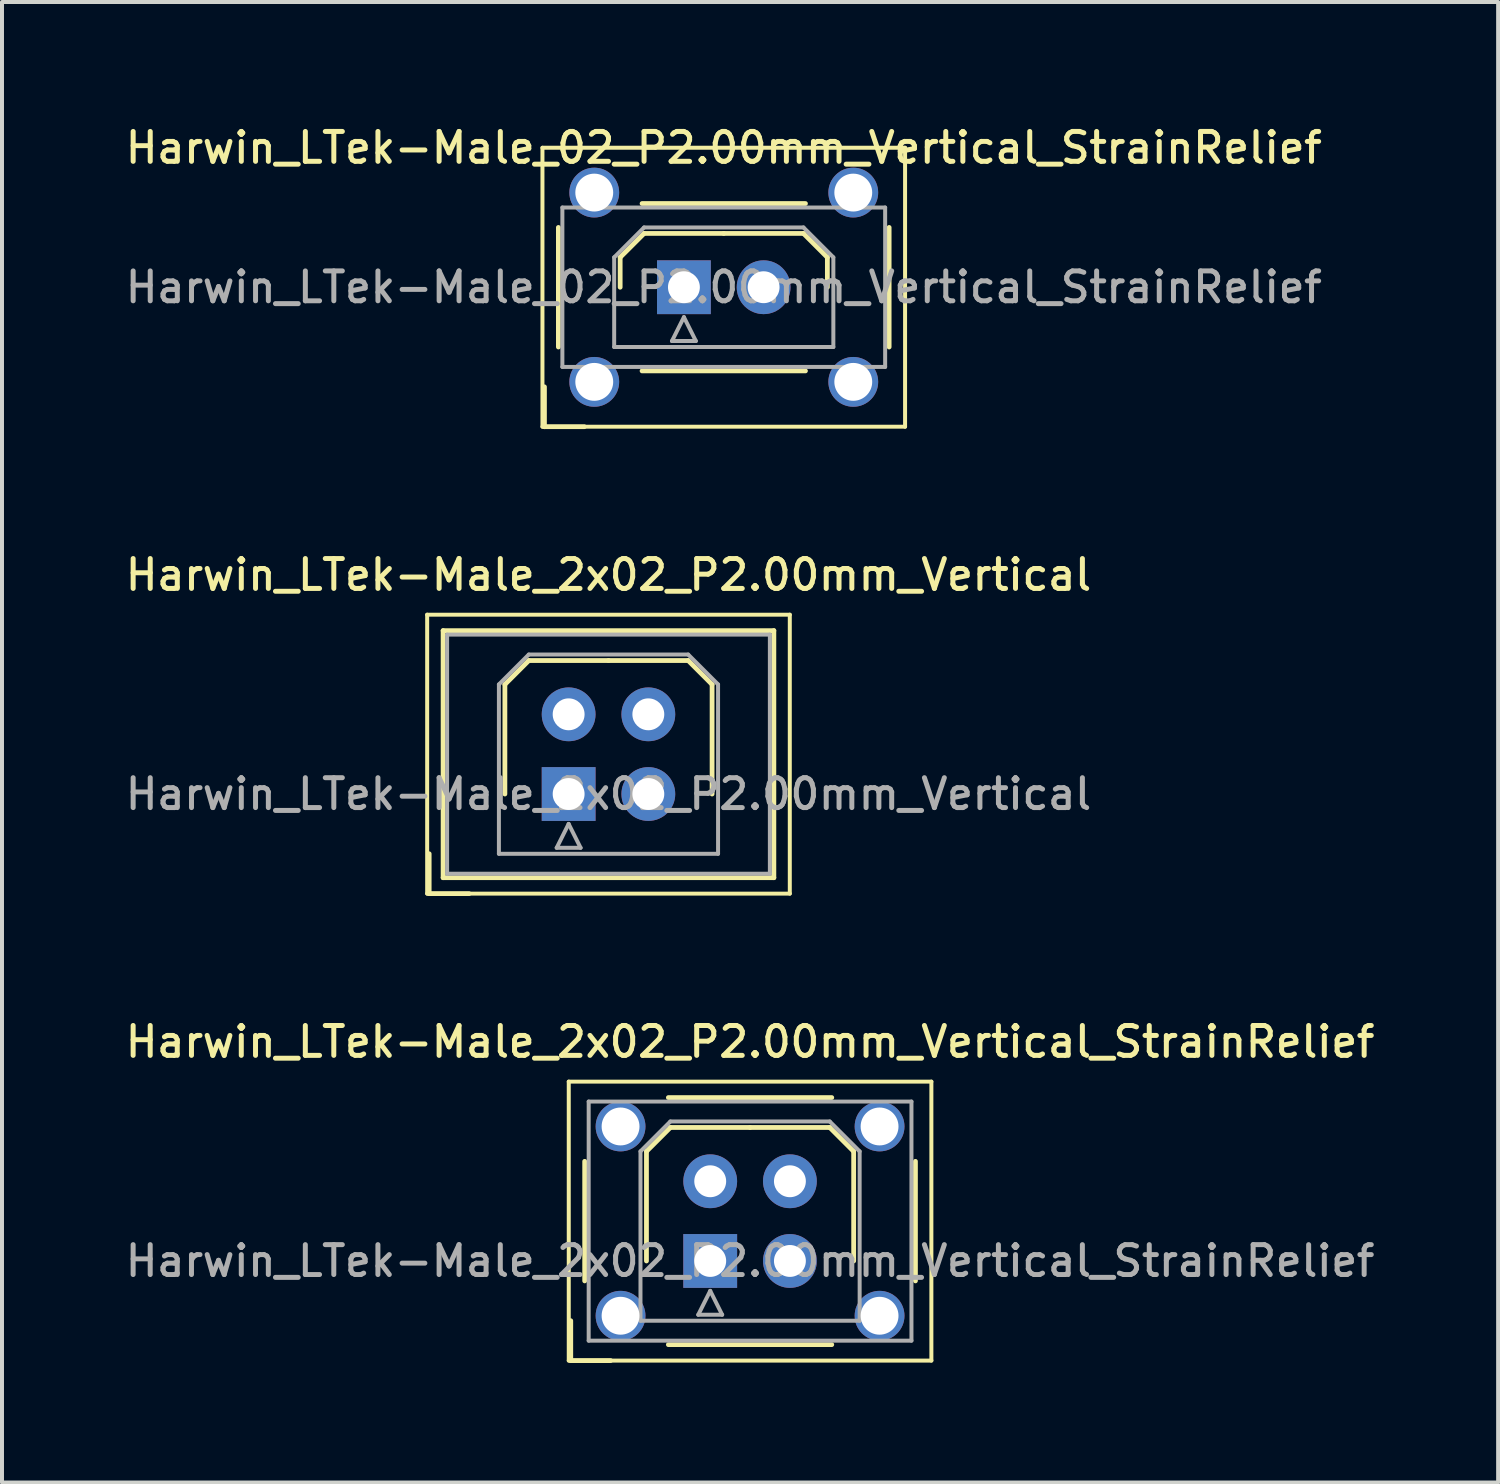
<source format=kicad_pcb>
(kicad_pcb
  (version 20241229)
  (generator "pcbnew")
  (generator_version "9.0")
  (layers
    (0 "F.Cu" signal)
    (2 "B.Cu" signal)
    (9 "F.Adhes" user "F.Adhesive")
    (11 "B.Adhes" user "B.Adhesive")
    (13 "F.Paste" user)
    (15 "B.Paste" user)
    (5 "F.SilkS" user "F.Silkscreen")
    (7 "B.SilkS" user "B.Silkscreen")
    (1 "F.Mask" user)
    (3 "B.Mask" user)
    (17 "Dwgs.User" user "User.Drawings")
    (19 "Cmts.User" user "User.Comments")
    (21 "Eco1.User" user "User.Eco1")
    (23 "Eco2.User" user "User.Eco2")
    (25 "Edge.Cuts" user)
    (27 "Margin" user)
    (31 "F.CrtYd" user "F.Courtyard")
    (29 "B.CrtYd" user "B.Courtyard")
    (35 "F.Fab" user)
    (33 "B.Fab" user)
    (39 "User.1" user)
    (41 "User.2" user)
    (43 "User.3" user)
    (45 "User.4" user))
  (footprint "Harwin_LTek-Male_2x02_P2.00mm_Vertical_StrainRelief"
    (layer "F.Cu")
    (at 14.773 28.594)
    (property "Reference" "Harwin_LTek-Male_2x02_P2.00mm_Vertical_StrainRelief" (at 1 -5.5 0) (layer "F.SilkS") (effects (font (size 0.75 0.75) (thickness 0.125))))
    (attr through_hole)
    (fp_line (start -3.55 -4.5) (end -3.55 2.5) (stroke (width 0.1) (type solid)) (layer "F.SilkS"))
    (fp_line (start -3.55 2.5) (end 5.55 2.5) (stroke (width 0.1) (type solid)) (layer "F.SilkS"))
    (fp_line (start -3.5 1.5) (end -3.5 2.5) (stroke (width 0.12) (type solid)) (layer "F.SilkS"))
    (fp_line (start -3.5 2.5) (end -2.5 2.5) (stroke (width 0.12) (type solid)) (layer "F.SilkS"))
    (fp_line (start -3.15 -2.5) (end -3.15 0.5) (stroke (width 0.12) (type solid)) (layer "F.SilkS"))
    (fp_line (start -1.6 -2.75) (end -1 -3.35) (stroke (width 0.12) (type solid)) (layer "F.SilkS"))
    (fp_line (start -1.6 0) (end -1.6 -2.75) (stroke (width 0.12) (type solid)) (layer "F.SilkS"))
    (fp_line (start -1.05 -4.1) (end 3.05 -4.1) (stroke (width 0.12) (type solid)) (layer "F.SilkS"))
    (fp_line (start -1.05 2.1) (end 3.05 2.1) (stroke (width 0.12) (type solid)) (layer "F.SilkS"))
    (fp_line (start -1 -3.35) (end 1 -3.35) (stroke (width 0.12) (type solid)) (layer "F.SilkS"))
    (fp_line (start 3 -3.35) (end 1 -3.35) (stroke (width 0.12) (type solid)) (layer "F.SilkS"))
    (fp_line (start 3.6 -2.75) (end 3 -3.35) (stroke (width 0.12) (type solid)) (layer "F.SilkS"))
    (fp_line (start 3.6 0) (end 3.6 -2.75) (stroke (width 0.12) (type solid)) (layer "F.SilkS"))
    (fp_line (start 5.15 -2.5) (end 5.15 0.5) (stroke (width 0.12) (type solid)) (layer "F.SilkS"))
    (fp_line (start 5.55 -4.5) (end -3.55 -4.5) (stroke (width 0.1) (type solid)) (layer "F.SilkS"))
    (fp_line (start 5.55 2.5) (end 5.55 -4.5) (stroke (width 0.1) (type solid)) (layer "F.SilkS"))
    (fp_line (start -3.05 -4) (end -3.05 2) (stroke (width 0.1) (type solid)) (layer "F.Fab"))
    (fp_line (start -3.05 2) (end 5.05 2) (stroke (width 0.1) (type solid)) (layer "F.Fab"))
    (fp_line (start -1.75 -2.75) (end -1 -3.5) (stroke (width 0.1) (type solid)) (layer "F.Fab"))
    (fp_line (start -1.75 1.5) (end -1.75 -2.75) (stroke (width 0.1) (type solid)) (layer "F.Fab"))
    (fp_line (start -1 -3.5) (end 3 -3.5) (stroke (width 0.1) (type solid)) (layer "F.Fab"))
    (fp_line (start -0.3 1.35) (end 0.3 1.35) (stroke (width 0.1) (type solid)) (layer "F.Fab"))
    (fp_line (start 0 0.75) (end -0.3 1.35) (stroke (width 0.1) (type solid)) (layer "F.Fab"))
    (fp_line (start 0.3 1.35) (end 0 0.75) (stroke (width 0.1) (type solid)) (layer "F.Fab"))
    (fp_line (start 3 -3.5) (end 3.75 -2.75) (stroke (width 0.1) (type solid)) (layer "F.Fab"))
    (fp_line (start 3.75 -2.75) (end 3.75 1.5) (stroke (width 0.1) (type solid)) (layer "F.Fab"))
    (fp_line (start 3.75 1.5) (end -1.75 1.5) (stroke (width 0.1) (type solid)) (layer "F.Fab"))
    (fp_line (start 5.05 -4) (end -3.05 -4) (stroke (width 0.1) (type solid)) (layer "F.Fab"))
    (fp_line (start 5.05 2) (end 5.05 -4) (stroke (width 0.1) (type solid)) (layer "F.Fab"))
    (fp_text user "${REFERENCE}" (at 1 0 0) (layer "F.Fab") (effects (font (size 0.75 0.75) (thickness 0.125))))
    (pad "" thru_hole circle (at -2.25 -3.375) (size 1.25 1.25) (drill 0.95) (layers "*.Cu" "*.Mask"))
    (pad "" thru_hole circle (at -2.25 1.375) (size 1.25 1.25) (drill 0.95) (layers "*.Cu" "*.Mask"))
    (pad "" thru_hole circle (at 4.25 -3.375) (size 1.25 1.25) (drill 0.95) (layers "*.Cu" "*.Mask"))
    (pad "" thru_hole circle (at 4.25 1.375) (size 1.25 1.25) (drill 0.95) (layers "*.Cu" "*.Mask"))
    (pad "1" thru_hole rect (at 0 0) (size 1.35 1.35) (drill 0.8) (layers "*.Cu" "*.Mask"))
    (pad "2" thru_hole circle (at 0 -2) (size 1.35 1.35) (drill 0.8) (layers "*.Cu" "*.Mask"))
    (pad "3" thru_hole circle (at 2 0) (size 1.35 1.35) (drill 0.8) (layers "*.Cu" "*.Mask"))
    (pad "4" thru_hole circle (at 2 -2) (size 1.35 1.35) (drill 0.8) (layers "*.Cu" "*.Mask")))
  (footprint "Harwin_LTek-Male_2x02_P2.00mm_Vertical"
    (layer "F.Cu")
    (at 11.22 16.876)
    (property "Reference" "Harwin_LTek-Male_2x02_P2.00mm_Vertical" (at 1 -5.5 0) (layer "F.SilkS") (effects (font (size 0.75 0.75) (thickness 0.125))))
    (attr through_hole)
    (fp_line (start -3.55 -4.5) (end -3.55 2.5) (stroke (width 0.1) (type solid)) (layer "F.SilkS"))
    (fp_line (start -3.55 2.5) (end 5.55 2.5) (stroke (width 0.1) (type solid)) (layer "F.SilkS"))
    (fp_line (start -3.5 1.5) (end -3.5 2.5) (stroke (width 0.12) (type solid)) (layer "F.SilkS"))
    (fp_line (start -3.5 2.5) (end -2.5 2.5) (stroke (width 0.12) (type solid)) (layer "F.SilkS"))
    (fp_line (start -3.15 -4.1) (end -3.15 2.1) (stroke (width 0.12) (type solid)) (layer "F.SilkS"))
    (fp_line (start -3.15 2.1) (end 5.15 2.1) (stroke (width 0.12) (type solid)) (layer "F.SilkS"))
    (fp_line (start -1.6 -2.75) (end -1 -3.35) (stroke (width 0.12) (type solid)) (layer "F.SilkS"))
    (fp_line (start -1.6 0) (end -1.6 -2.75) (stroke (width 0.12) (type solid)) (layer "F.SilkS"))
    (fp_line (start -1 -3.35) (end 1 -3.35) (stroke (width 0.12) (type solid)) (layer "F.SilkS"))
    (fp_line (start 3 -3.35) (end 1 -3.35) (stroke (width 0.12) (type solid)) (layer "F.SilkS"))
    (fp_line (start 3.6 -2.75) (end 3 -3.35) (stroke (width 0.12) (type solid)) (layer "F.SilkS"))
    (fp_line (start 3.6 0) (end 3.6 -2.75) (stroke (width 0.12) (type solid)) (layer "F.SilkS"))
    (fp_line (start 5.15 -4.1) (end -3.15 -4.1) (stroke (width 0.12) (type solid)) (layer "F.SilkS"))
    (fp_line (start 5.15 2.1) (end 5.15 -4.1) (stroke (width 0.12) (type solid)) (layer "F.SilkS"))
    (fp_line (start 5.55 -4.5) (end -3.55 -4.5) (stroke (width 0.1) (type solid)) (layer "F.SilkS"))
    (fp_line (start 5.55 2.5) (end 5.55 -4.5) (stroke (width 0.1) (type solid)) (layer "F.SilkS"))
    (fp_line (start -3.05 -4) (end -3.05 2) (stroke (width 0.1) (type solid)) (layer "F.Fab"))
    (fp_line (start -3.05 2) (end 5.05 2) (stroke (width 0.1) (type solid)) (layer "F.Fab"))
    (fp_line (start -1.75 -2.75) (end -1 -3.5) (stroke (width 0.1) (type solid)) (layer "F.Fab"))
    (fp_line (start -1.75 1.5) (end -1.75 -2.75) (stroke (width 0.1) (type solid)) (layer "F.Fab"))
    (fp_line (start -1 -3.5) (end 3 -3.5) (stroke (width 0.1) (type solid)) (layer "F.Fab"))
    (fp_line (start -0.3 1.35) (end 0.3 1.35) (stroke (width 0.1) (type solid)) (layer "F.Fab"))
    (fp_line (start 0 0.75) (end -0.3 1.35) (stroke (width 0.1) (type solid)) (layer "F.Fab"))
    (fp_line (start 0.3 1.35) (end 0 0.75) (stroke (width 0.1) (type solid)) (layer "F.Fab"))
    (fp_line (start 3 -3.5) (end 3.75 -2.75) (stroke (width 0.1) (type solid)) (layer "F.Fab"))
    (fp_line (start 3.75 -2.75) (end 3.75 1.5) (stroke (width 0.1) (type solid)) (layer "F.Fab"))
    (fp_line (start 3.75 1.5) (end -1.75 1.5) (stroke (width 0.1) (type solid)) (layer "F.Fab"))
    (fp_line (start 5.05 -4) (end -3.05 -4) (stroke (width 0.1) (type solid)) (layer "F.Fab"))
    (fp_line (start 5.05 2) (end 5.05 -4) (stroke (width 0.1) (type solid)) (layer "F.Fab"))
    (fp_text user "${REFERENCE}" (at 1 0 0) (layer "F.Fab") (effects (font (size 0.75 0.75) (thickness 0.125))))
    (pad "1" thru_hole rect (at 0 0) (size 1.35 1.35) (drill 0.8) (layers "*.Cu" "*.Mask"))
    (pad "2" thru_hole circle (at 0 -2) (size 1.35 1.35) (drill 0.8) (layers "*.Cu" "*.Mask"))
    (pad "3" thru_hole circle (at 2 0) (size 1.35 1.35) (drill 0.8) (layers "*.Cu" "*.Mask"))
    (pad "4" thru_hole circle (at 2 -2) (size 1.35 1.35) (drill 0.8) (layers "*.Cu" "*.Mask")))
  (footprint "Harwin_LTek-Male_02_P2.00mm_Vertical_StrainRelief"
    (layer "F.Cu")
    (at 14.113 4.158)
    (property "Reference" "Harwin_LTek-Male_02_P2.00mm_Vertical_StrainRelief" (at 1 -3.5 0) (layer "F.SilkS") (effects (font (size 0.75 0.75) (thickness 0.125))))
    (attr through_hole)
    (fp_line (start -3.55 -3.5) (end -3.55 3.5) (stroke (width 0.1) (type solid)) (layer "F.SilkS"))
    (fp_line (start -3.55 3.5) (end 5.55 3.5) (stroke (width 0.1) (type solid)) (layer "F.SilkS"))
    (fp_line (start -3.5 2.5) (end -3.5 3.5) (stroke (width 0.12) (type solid)) (layer "F.SilkS"))
    (fp_line (start -3.5 3.5) (end -2.5 3.5) (stroke (width 0.12) (type solid)) (layer "F.SilkS"))
    (fp_line (start -3.15 -1.5) (end -3.15 1.5) (stroke (width 0.12) (type solid)) (layer "F.SilkS"))
    (fp_line (start -1.6 -0.75) (end -1 -1.35) (stroke (width 0.12) (type solid)) (layer "F.SilkS"))
    (fp_line (start -1.6 0) (end -1.6 -0.75) (stroke (width 0.12) (type solid)) (layer "F.SilkS"))
    (fp_line (start -1.05 -2.1) (end 3.05 -2.1) (stroke (width 0.12) (type solid)) (layer "F.SilkS"))
    (fp_line (start -1.05 2.1) (end 3.05 2.1) (stroke (width 0.12) (type solid)) (layer "F.SilkS"))
    (fp_line (start -1 -1.35) (end 1 -1.35) (stroke (width 0.12) (type solid)) (layer "F.SilkS"))
    (fp_line (start 3 -1.35) (end 1 -1.35) (stroke (width 0.12) (type solid)) (layer "F.SilkS"))
    (fp_line (start 3.6 -0.75) (end 3 -1.35) (stroke (width 0.12) (type solid)) (layer "F.SilkS"))
    (fp_line (start 3.6 0) (end 3.6 -0.75) (stroke (width 0.12) (type solid)) (layer "F.SilkS"))
    (fp_line (start 5.15 -1.5) (end 5.15 1.5) (stroke (width 0.12) (type solid)) (layer "F.SilkS"))
    (fp_line (start 5.55 -3.5) (end -3.55 -3.5) (stroke (width 0.1) (type solid)) (layer "F.SilkS"))
    (fp_line (start 5.55 3.5) (end 5.55 -3.5) (stroke (width 0.1) (type solid)) (layer "F.SilkS"))
    (fp_line (start -3.05 -2) (end -3.05 2) (stroke (width 0.1) (type solid)) (layer "F.Fab"))
    (fp_line (start -3.05 2) (end 5.05 2) (stroke (width 0.1) (type solid)) (layer "F.Fab"))
    (fp_line (start -1.75 -0.75) (end -1 -1.5) (stroke (width 0.1) (type solid)) (layer "F.Fab"))
    (fp_line (start -1.75 1.5) (end -1.75 -0.75) (stroke (width 0.1) (type solid)) (layer "F.Fab"))
    (fp_line (start -1 -1.5) (end 3 -1.5) (stroke (width 0.1) (type solid)) (layer "F.Fab"))
    (fp_line (start -0.3 1.35) (end 0.3 1.35) (stroke (width 0.1) (type solid)) (layer "F.Fab"))
    (fp_line (start 0 0.75) (end -0.3 1.35) (stroke (width 0.1) (type solid)) (layer "F.Fab"))
    (fp_line (start 0.3 1.35) (end 0 0.75) (stroke (width 0.1) (type solid)) (layer "F.Fab"))
    (fp_line (start 3 -1.5) (end 3.75 -0.75) (stroke (width 0.1) (type solid)) (layer "F.Fab"))
    (fp_line (start 3.75 -0.75) (end 3.75 1.5) (stroke (width 0.1) (type solid)) (layer "F.Fab"))
    (fp_line (start 3.75 1.5) (end -1.75 1.5) (stroke (width 0.1) (type solid)) (layer "F.Fab"))
    (fp_line (start 5.05 -2) (end -3.05 -2) (stroke (width 0.1) (type solid)) (layer "F.Fab"))
    (fp_line (start 5.05 2) (end 5.05 -2) (stroke (width 0.1) (type solid)) (layer "F.Fab"))
    (fp_text user "${REFERENCE}" (at 1 0 0) (layer "F.Fab") (effects (font (size 0.75 0.75) (thickness 0.125))))
    (pad "" thru_hole circle (at -2.25 -2.375) (size 1.25 1.25) (drill 0.95) (layers "*.Cu" "*.Mask"))
    (pad "" thru_hole circle (at -2.25 2.375) (size 1.25 1.25) (drill 0.95) (layers "*.Cu" "*.Mask"))
    (pad "" thru_hole circle (at 4.25 -2.375) (size 1.25 1.25) (drill 0.95) (layers "*.Cu" "*.Mask"))
    (pad "" thru_hole circle (at 4.25 2.375) (size 1.25 1.25) (drill 0.95) (layers "*.Cu" "*.Mask"))
    (pad "1" thru_hole rect (at 0 0) (size 1.35 1.35) (drill 0.8) (layers "*.Cu" "*.Mask"))
    (pad "2" thru_hole circle (at 2 0) (size 1.35 1.35) (drill 0.8) (layers "*.Cu" "*.Mask")))
  (gr_rect
    (start -3 -3)
    (end 34.546 34.154)
    (stroke (width 0.1) (type default))
    (fill no)
    (layer "Edge.Cuts")))
</source>
